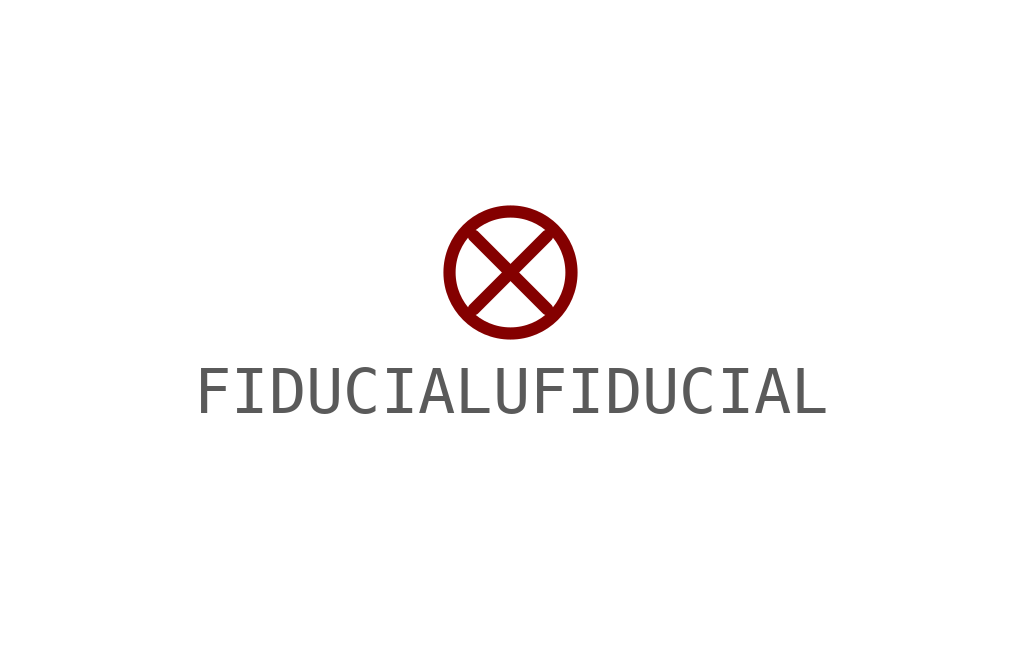
<source format=kicad_sym>
(kicad_symbol_lib
  (version 20220914)
  (generator kicad_symbol_editor)
  (symbol "FIDUCIALUFIDUCIAL"
    (property "Reference" "FID"
      (at 0 0 0)
      (effects (font (size 1.27 1.27)) hide))
    (property "ki_locked" ""
      (at 0 0 0)
      (effects (font (size 1.27 1.27))))
    (symbol "FIDUCIALUFIDUCIAL_1_0"
      (polyline (pts (xy -0.762 0.762) (xy 0.762 -0.762)) (stroke (width 0.254) (type solid)) (fill (type none)))
      (polyline (pts (xy 0.762 0.762) (xy -0.762 -0.762)) (stroke (width 0.254) (type solid)) (fill (type none)))
      (circle (center 0 0) (radius 1.27) (stroke (width 0.254) (type solid)) (fill (type none))))))
</source>
